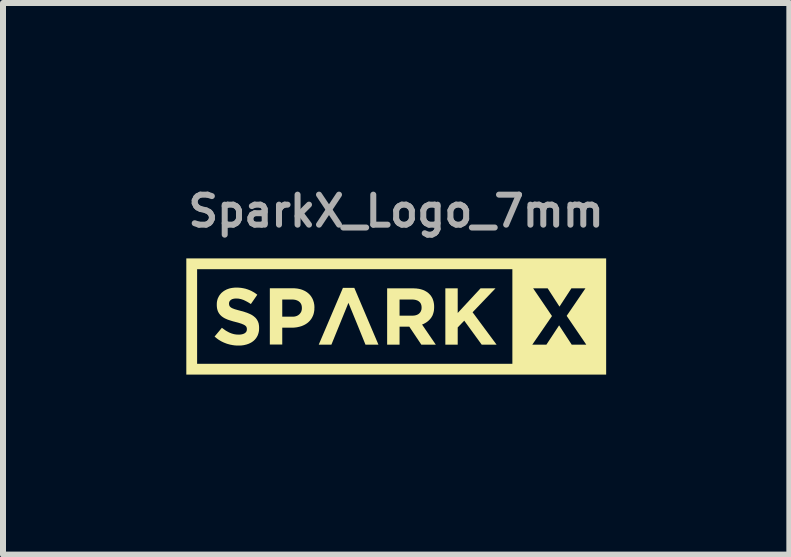
<source format=kicad_pcb>
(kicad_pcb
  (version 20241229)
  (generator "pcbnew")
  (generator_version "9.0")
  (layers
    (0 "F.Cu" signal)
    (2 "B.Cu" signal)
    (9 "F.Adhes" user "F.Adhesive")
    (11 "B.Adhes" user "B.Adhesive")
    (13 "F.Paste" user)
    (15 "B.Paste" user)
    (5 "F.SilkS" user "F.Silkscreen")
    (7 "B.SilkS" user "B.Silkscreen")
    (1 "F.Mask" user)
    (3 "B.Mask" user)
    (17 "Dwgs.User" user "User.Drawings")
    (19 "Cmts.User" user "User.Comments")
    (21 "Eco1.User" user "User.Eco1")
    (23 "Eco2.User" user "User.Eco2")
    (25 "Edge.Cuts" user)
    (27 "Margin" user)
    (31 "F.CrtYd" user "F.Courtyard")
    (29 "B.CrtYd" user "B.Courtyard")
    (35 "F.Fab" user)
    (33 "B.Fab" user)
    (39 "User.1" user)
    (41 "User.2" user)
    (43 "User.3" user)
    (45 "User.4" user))
  (footprint "SparkX_Logo_7mm"
    (layer "F.Cu")
    (at 3.552 2.218)
    (property "Reference" "SparkX_Logo_7mm" (at 0 -1.75 0) (layer "F.Fab") (effects (font (size 0.5 0.5) (thickness 0.1))))
    (attr board_only exclude_from_pos_files exclude_from_bom)
    (fp_poly (pts (xy -0.295 0.476) (xy -0.511 0.476) (xy -0.65 0.133) (xy -0.795 -0.221) (xy -1.079 0.476) (xy -1.29 0.476) (xy -0.887 -0.47) (xy -0.697 -0.47)) (stroke (width 0) (type solid)) (fill yes) (layer "F.SilkS"))
    (fp_poly (pts (xy 1.026 -0.052) (xy 1.407 -0.463) (xy 1.656 -0.463) (xy 1.274 -0.064) (xy 1.674 0.476) (xy 1.426 0.476) (xy 1.135 0.076) (xy 1.026 0.189) (xy 1.026 0.476) (xy 0.82 0.476) (xy 0.82 -0.463) (xy 1.026 -0.463)) (stroke (width 0) (type solid)) (fill yes) (layer "F.SilkS"))
    (fp_poly (pts (xy 3.5 0.975) (xy -3.497 0.975) (xy -3.497 -0.782) (xy -3.317 -0.782) (xy -3.317 0.795) (xy 1.937 0.795) (xy 1.937 0.476) (xy 2.269 0.476) (xy 2.504 0.476) (xy 2.716 0.154) (xy 2.926 0.476) (xy 3.169 0.476) (xy 2.842 -0.004) (xy 3.155 -0.463) (xy 2.921 -0.463) (xy 2.722 -0.158) (xy 2.525 -0.463) (xy 2.283 -0.463) (xy 2.597 -0.001) (xy 2.269 0.476) (xy 1.937 0.476) (xy 1.937 -0.782) (xy -3.317 -0.782) (xy -3.497 -0.782) (xy -3.497 -0.962) (xy 3.5 -0.962)) (stroke (width 0) (type solid)) (fill yes) (layer "F.SilkS"))
    (fp_poly (pts (xy 0.3 -0.462) (xy 0.32 -0.461) (xy 0.339 -0.46) (xy 0.358 -0.457) (xy 0.377 -0.455) (xy 0.395 -0.451) (xy 0.412 -0.447) (xy 0.428 -0.442) (xy 0.444 -0.437) (xy 0.46 -0.431) (xy 0.475 -0.424) (xy 0.489 -0.416) (xy 0.503 -0.408) (xy 0.516 -0.4) (xy 0.528 -0.391) (xy 0.54 -0.381) (xy 0.551 -0.37) (xy 0.562 -0.359) (xy 0.572 -0.348) (xy 0.581 -0.336) (xy 0.589 -0.323) (xy 0.597 -0.31) (xy 0.604 -0.297) (xy 0.61 -0.283) (xy 0.615 -0.268) (xy 0.62 -0.253) (xy 0.624 -0.238) (xy 0.627 -0.222) (xy 0.63 -0.205) (xy 0.632 -0.188) (xy 0.633 -0.171) (xy 0.633 -0.153) (xy 0.633 -0.15) (xy 0.633 -0.136) (xy 0.632 -0.122) (xy 0.631 -0.109) (xy 0.63 -0.096) (xy 0.628 -0.083) (xy 0.625 -0.07) (xy 0.622 -0.058) (xy 0.619 -0.047) (xy 0.615 -0.035) (xy 0.611 -0.024) (xy 0.607 -0.013) (xy 0.602 -0.003) (xy 0.596 0.007) (xy 0.59 0.017) (xy 0.584 0.027) (xy 0.577 0.036) (xy 0.57 0.044) (xy 0.563 0.053) (xy 0.555 0.061) (xy 0.547 0.069) (xy 0.539 0.077) (xy 0.531 0.084) (xy 0.522 0.091) (xy 0.513 0.098) (xy 0.504 0.104) (xy 0.494 0.11) (xy 0.485 0.116) (xy 0.475 0.121) (xy 0.464 0.127) (xy 0.454 0.132) (xy 0.443 0.136) (xy 0.432 0.141) (xy 0.661 0.476) (xy 0.42 0.476) (xy 0.219 0.176) (xy 0.057 0.176) (xy 0.057 0.476) (xy -0.15 0.476) (xy -0.15 -0.276) (xy 0.057 -0.276) (xy 0.057 -0.007) (xy 0.266 -0.007) (xy 0.275 -0.007) (xy 0.284 -0.008) (xy 0.293 -0.008) (xy 0.302 -0.009) (xy 0.31 -0.011) (xy 0.318 -0.012) (xy 0.326 -0.014) (xy 0.334 -0.016) (xy 0.341 -0.019) (xy 0.348 -0.021) (xy 0.354 -0.024) (xy 0.361 -0.028) (xy 0.367 -0.031) (xy 0.373 -0.035) (xy 0.378 -0.039) (xy 0.383 -0.043) (xy 0.388 -0.048) (xy 0.393 -0.053) (xy 0.397 -0.058) (xy 0.401 -0.063) (xy 0.405 -0.069) (xy 0.408 -0.074) (xy 0.411 -0.08) (xy 0.414 -0.086) (xy 0.416 -0.092) (xy 0.418 -0.098) (xy 0.42 -0.105) (xy 0.422 -0.111) (xy 0.423 -0.118) (xy 0.423 -0.125) (xy 0.424 -0.133) (xy 0.424 -0.14) (xy 0.424 -0.142) (xy 0.424 -0.15) (xy 0.423 -0.158) (xy 0.423 -0.166) (xy 0.421 -0.174) (xy 0.42 -0.181) (xy 0.418 -0.188) (xy 0.416 -0.194) (xy 0.413 -0.201) (xy 0.411 -0.207) (xy 0.407 -0.213) (xy 0.404 -0.219) (xy 0.4 -0.224) (xy 0.396 -0.229) (xy 0.391 -0.234) (xy 0.387 -0.238) (xy 0.381 -0.243) (xy 0.376 -0.247) (xy 0.37 -0.251) (xy 0.364 -0.254) (xy 0.358 -0.258) (xy 0.351 -0.261) (xy 0.344 -0.263) (xy 0.337 -0.266) (xy 0.33 -0.268) (xy 0.322 -0.27) (xy 0.314 -0.272) (xy 0.306 -0.273) (xy 0.298 -0.274) (xy 0.289 -0.275) (xy 0.28 -0.276) (xy 0.271 -0.276) (xy 0.262 -0.276) (xy 0.057 -0.276) (xy -0.15 -0.276) (xy -0.15 -0.463) (xy 0.279 -0.463)) (stroke (width 0) (type solid)) (fill yes) (layer "F.SilkS"))
    (fp_poly (pts (xy -1.711 -0.464) (xy -1.7 -0.464) (xy -1.69 -0.463) (xy -1.68 -0.462) (xy -1.67 -0.462) (xy -1.66 -0.46) (xy -1.651 -0.459) (xy -1.641 -0.458) (xy -1.632 -0.456) (xy -1.622 -0.454) (xy -1.613 -0.452) (xy -1.604 -0.45) (xy -1.596 -0.448) (xy -1.587 -0.446) (xy -1.579 -0.443) (xy -1.57 -0.44) (xy -1.562 -0.437) (xy -1.554 -0.434) (xy -1.546 -0.43) (xy -1.538 -0.427) (xy -1.531 -0.423) (xy -1.523 -0.42) (xy -1.516 -0.416) (xy -1.509 -0.412) (xy -1.502 -0.407) (xy -1.495 -0.403) (xy -1.488 -0.399) (xy -1.482 -0.394) (xy -1.476 -0.389) (xy -1.469 -0.384) (xy -1.463 -0.379) (xy -1.458 -0.374) (xy -1.452 -0.368) (xy -1.446 -0.363) (xy -1.441 -0.357) (xy -1.435 -0.351) (xy -1.43 -0.345) (xy -1.426 -0.339) (xy -1.421 -0.333) (xy -1.416 -0.326) (xy -1.412 -0.32) (xy -1.408 -0.313) (xy -1.404 -0.307) (xy -1.4 -0.3) (xy -1.396 -0.293) (xy -1.393 -0.285) (xy -1.389 -0.278) (xy -1.386 -0.271) (xy -1.383 -0.263) (xy -1.381 -0.256) (xy -1.378 -0.248) (xy -1.376 -0.24) (xy -1.373 -0.232) (xy -1.371 -0.224) (xy -1.37 -0.216) (xy -1.368 -0.208) (xy -1.366 -0.2) (xy -1.365 -0.191) (xy -1.364 -0.183) (xy -1.363 -0.174) (xy -1.363 -0.165) (xy -1.362 -0.156) (xy -1.362 -0.148) (xy -1.362 -0.139) (xy -1.362 -0.136) (xy -1.362 -0.137) (xy -1.363 -0.127) (xy -1.363 -0.117) (xy -1.363 -0.107) (xy -1.364 -0.098) (xy -1.365 -0.088) (xy -1.367 -0.079) (xy -1.368 -0.069) (xy -1.37 -0.06) (xy -1.372 -0.052) (xy -1.374 -0.043) (xy -1.376 -0.034) (xy -1.379 -0.026) (xy -1.382 -0.018) (xy -1.385 -0.009) (xy -1.388 -0.002) (xy -1.392 0.006) (xy -1.396 0.014) (xy -1.399 0.021) (xy -1.404 0.029) (xy -1.408 0.036) (xy -1.412 0.043) (xy -1.417 0.05) (xy -1.422 0.057) (xy -1.427 0.063) (xy -1.432 0.069) (xy -1.437 0.076) (xy -1.443 0.082) (xy -1.449 0.088) (xy -1.454 0.093) (xy -1.46 0.099) (xy -1.467 0.105) (xy -1.473 0.11) (xy -1.479 0.115) (xy -1.486 0.12) (xy -1.493 0.125) (xy -1.5 0.129) (xy -1.507 0.134) (xy -1.514 0.138) (xy -1.521 0.142) (xy -1.529 0.146) (xy -1.536 0.15) (xy -1.544 0.153) (xy -1.552 0.157) (xy -1.56 0.16) (xy -1.568 0.164) (xy -1.576 0.167) (xy -1.585 0.169) (xy -1.593 0.172) (xy -1.611 0.177) (xy -1.629 0.181) (xy -1.647 0.185) (xy -1.665 0.188) (xy -1.684 0.19) (xy -1.703 0.192) (xy -1.722 0.193) (xy -1.742 0.193) (xy -1.898 0.193) (xy -1.898 0.474) (xy -2.105 0.474) (xy -2.105 -0.276) (xy -1.898 -0.276) (xy -1.898 0.01) (xy -1.734 0.01) (xy -1.724 0.01) (xy -1.715 0.01) (xy -1.706 0.009) (xy -1.697 0.008) (xy -1.689 0.007) (xy -1.681 0.005) (xy -1.673 0.003) (xy -1.665 0.000428) (xy -1.658 -0.002) (xy -1.651 -0.005) (xy -1.644 -0.009) (xy -1.637 -0.012) (xy -1.631 -0.016) (xy -1.625 -0.021) (xy -1.619 -0.025) (xy -1.614 -0.03) (xy -1.608 -0.035) (xy -1.604 -0.041) (xy -1.599 -0.046) (xy -1.595 -0.052) (xy -1.591 -0.058) (xy -1.587 -0.064) (xy -1.584 -0.07) (xy -1.581 -0.076) (xy -1.579 -0.083) (xy -1.577 -0.089) (xy -1.575 -0.096) (xy -1.574 -0.103) (xy -1.572 -0.11) (xy -1.572 -0.117) (xy -1.571 -0.124) (xy -1.571 -0.132) (xy -1.571 -0.134) (xy -1.571 -0.143) (xy -1.572 -0.151) (xy -1.572 -0.159) (xy -1.574 -0.167) (xy -1.575 -0.175) (xy -1.577 -0.182) (xy -1.579 -0.189) (xy -1.582 -0.196) (xy -1.585 -0.202) (xy -1.588 -0.208) (xy -1.592 -0.214) (xy -1.596 -0.22) (xy -1.6 -0.225) (xy -1.605 -0.231) (xy -1.61 -0.235) (xy -1.616 -0.24) (xy -1.621 -0.244) (xy -1.627 -0.249) (xy -1.633 -0.252) (xy -1.64 -0.256) (xy -1.647 -0.259) (xy -1.654 -0.262) (xy -1.661 -0.265) (xy -1.669 -0.267) (xy -1.676 -0.27) (xy -1.684 -0.271) (xy -1.693 -0.273) (xy -1.701 -0.274) (xy -1.71 -0.275) (xy -1.719 -0.276) (xy -1.729 -0.276) (xy -1.738 -0.276) (xy -1.898 -0.276) (xy -2.105 -0.276) (xy -2.105 -0.464) (xy -1.721 -0.464)) (stroke (width 0) (type solid)) (fill yes) (layer "F.SilkS"))
    (fp_poly (pts (xy -2.65 -0.475) (xy -2.637 -0.475) (xy -2.624 -0.474) (xy -2.612 -0.473) (xy -2.6 -0.472) (xy -2.587 -0.471) (xy -2.575 -0.469) (xy -2.563 -0.467) (xy -2.552 -0.465) (xy -2.54 -0.463) (xy -2.528 -0.46) (xy -2.517 -0.458) (xy -2.506 -0.455) (xy -2.495 -0.451) (xy -2.484 -0.448) (xy -2.473 -0.444) (xy -2.462 -0.44) (xy -2.452 -0.436) (xy -2.441 -0.432) (xy -2.431 -0.427) (xy -2.42 -0.423) (xy -2.41 -0.418) (xy -2.4 -0.412) (xy -2.39 -0.407) (xy -2.38 -0.401) (xy -2.37 -0.396) (xy -2.361 -0.39) (xy -2.351 -0.383) (xy -2.342 -0.377) (xy -2.332 -0.37) (xy -2.323 -0.363) (xy -2.314 -0.356) (xy -2.421 -0.201) (xy -2.437 -0.211) (xy -2.452 -0.221) (xy -2.468 -0.23) (xy -2.483 -0.239) (xy -2.499 -0.247) (xy -2.514 -0.255) (xy -2.529 -0.262) (xy -2.544 -0.269) (xy -2.552 -0.272) (xy -2.559 -0.274) (xy -2.567 -0.277) (xy -2.574 -0.279) (xy -2.582 -0.282) (xy -2.589 -0.284) (xy -2.597 -0.285) (xy -2.604 -0.287) (xy -2.612 -0.288) (xy -2.619 -0.29) (xy -2.627 -0.291) (xy -2.635 -0.292) (xy -2.642 -0.292) (xy -2.65 -0.293) (xy -2.657 -0.293) (xy -2.665 -0.293) (xy -2.672 -0.293) (xy -2.679 -0.293) (xy -2.686 -0.292) (xy -2.693 -0.292) (xy -2.699 -0.291) (xy -2.705 -0.29) (xy -2.711 -0.288) (xy -2.717 -0.287) (xy -2.723 -0.285) (xy -2.728 -0.284) (xy -2.733 -0.282) (xy -2.738 -0.28) (xy -2.742 -0.277) (xy -2.747 -0.275) (xy -2.751 -0.272) (xy -2.755 -0.269) (xy -2.759 -0.266) (xy -2.762 -0.263) (xy -2.765 -0.26) (xy -2.768 -0.257) (xy -2.771 -0.254) (xy -2.773 -0.25) (xy -2.776 -0.247) (xy -2.777 -0.243) (xy -2.779 -0.24) (xy -2.781 -0.236) (xy -2.782 -0.232) (xy -2.783 -0.228) (xy -2.784 -0.224) (xy -2.784 -0.22) (xy -2.785 -0.216) (xy -2.785 -0.211) (xy -2.785 -0.209) (xy -2.785 -0.206) (xy -2.785 -0.203) (xy -2.785 -0.2) (xy -2.784 -0.197) (xy -2.784 -0.195) (xy -2.784 -0.192) (xy -2.783 -0.19) (xy -2.783 -0.187) (xy -2.782 -0.185) (xy -2.782 -0.182) (xy -2.781 -0.18) (xy -2.78 -0.177) (xy -2.779 -0.175) (xy -2.778 -0.173) (xy -2.778 -0.171) (xy -2.777 -0.169) (xy -2.775 -0.167) (xy -2.774 -0.165) (xy -2.773 -0.162) (xy -2.771 -0.16) (xy -2.77 -0.159) (xy -2.768 -0.157) (xy -2.766 -0.155) (xy -2.764 -0.153) (xy -2.762 -0.151) (xy -2.76 -0.149) (xy -2.758 -0.147) (xy -2.756 -0.146) (xy -2.753 -0.144) (xy -2.751 -0.142) (xy -2.748 -0.14) (xy -2.745 -0.139) (xy -2.739 -0.135) (xy -2.733 -0.132) (xy -2.726 -0.129) (xy -2.718 -0.126) (xy -2.71 -0.123) (xy -2.702 -0.119) (xy -2.692 -0.116) (xy -2.683 -0.113) (xy -2.638 -0.1) (xy -2.611 -0.093) (xy -2.583 -0.085) (xy -2.565 -0.081) (xy -2.548 -0.076) (xy -2.531 -0.071) (xy -2.515 -0.065) (xy -2.499 -0.06) (xy -2.484 -0.055) (xy -2.47 -0.049) (xy -2.455 -0.043) (xy -2.448 -0.04) (xy -2.442 -0.037) (xy -2.435 -0.034) (xy -2.429 -0.031) (xy -2.422 -0.028) (xy -2.416 -0.025) (xy -2.41 -0.021) (xy -2.404 -0.018) (xy -2.398 -0.014) (xy -2.393 -0.011) (xy -2.387 -0.007) (xy -2.382 -0.003) (xy -2.376 0.001) (xy -2.371 0.005) (xy -2.366 0.009) (xy -2.362 0.013) (xy -2.357 0.017) (xy -2.352 0.021) (xy -2.348 0.025) (xy -2.343 0.03) (xy -2.339 0.034) (xy -2.335 0.039) (xy -2.332 0.043) (xy -2.328 0.048) (xy -2.324 0.053) (xy -2.321 0.058) (xy -2.318 0.063) (xy -2.315 0.068) (xy -2.312 0.073) (xy -2.309 0.079) (xy -2.306 0.084) (xy -2.304 0.09) (xy -2.301 0.095) (xy -2.299 0.101) (xy -2.297 0.107) (xy -2.295 0.113) (xy -2.293 0.119) (xy -2.291 0.125) (xy -2.29 0.131) (xy -2.289 0.138) (xy -2.288 0.145) (xy -2.287 0.151) (xy -2.286 0.158) (xy -2.285 0.165) (xy -2.285 0.173) (xy -2.284 0.18) (xy -2.284 0.195) (xy -2.284 0.201) (xy -2.284 0.209) (xy -2.284 0.218) (xy -2.285 0.226) (xy -2.285 0.235) (xy -2.286 0.243) (xy -2.287 0.251) (xy -2.289 0.259) (xy -2.29 0.266) (xy -2.292 0.274) (xy -2.294 0.282) (xy -2.296 0.289) (xy -2.298 0.296) (xy -2.301 0.304) (xy -2.303 0.311) (xy -2.306 0.318) (xy -2.309 0.325) (xy -2.312 0.331) (xy -2.316 0.338) (xy -2.319 0.344) (xy -2.323 0.35) (xy -2.327 0.357) (xy -2.331 0.363) (xy -2.335 0.369) (xy -2.339 0.374) (xy -2.344 0.38) (xy -2.349 0.385) (xy -2.353 0.391) (xy -2.358 0.396) (xy -2.364 0.401) (xy -2.369 0.406) (xy -2.374 0.411) (xy -2.38 0.416) (xy -2.386 0.42) (xy -2.392 0.425) (xy -2.398 0.429) (xy -2.404 0.433) (xy -2.41 0.437) (xy -2.417 0.441) (xy -2.423 0.444) (xy -2.43 0.448) (xy -2.437 0.451) (xy -2.444 0.455) (xy -2.451 0.458) (xy -2.458 0.461) (xy -2.465 0.464) (xy -2.473 0.466) (xy -2.48 0.469) (xy -2.488 0.472) (xy -2.504 0.476) (xy -2.521 0.48) (xy -2.537 0.484) (xy -2.554 0.486) (xy -2.572 0.489) (xy -2.59 0.49) (xy -2.609 0.491) (xy -2.627 0.491) (xy -2.641 0.491) (xy -2.654 0.491) (xy -2.668 0.49) (xy -2.681 0.489) (xy -2.694 0.488) (xy -2.707 0.486) (xy -2.721 0.484) (xy -2.734 0.482) (xy -2.747 0.479) (xy -2.76 0.477) (xy -2.773 0.474) (xy -2.786 0.47) (xy -2.799 0.467) (xy -2.812 0.463) (xy -2.825 0.459) (xy -2.838 0.454) (xy -2.851 0.449) (xy -2.864 0.444) (xy -2.876 0.439) (xy -2.888 0.433) (xy -2.901 0.427) (xy -2.913 0.421) (xy -2.925 0.414) (xy -2.937 0.407) (xy -2.948 0.4) (xy -2.96 0.393) (xy -2.971 0.385) (xy -2.982 0.377) (xy -2.993 0.368) (xy -3.004 0.359) (xy -3.015 0.35) (xy -3.026 0.341) (xy -2.904 0.195) (xy -2.888 0.207) (xy -2.871 0.219) (xy -2.855 0.231) (xy -2.839 0.242) (xy -2.822 0.252) (xy -2.805 0.261) (xy -2.789 0.27) (xy -2.78 0.274) (xy -2.772 0.278) (xy -2.763 0.281) (xy -2.754 0.285) (xy -2.746 0.288) (xy -2.737 0.291) (xy -2.728 0.294) (xy -2.719 0.296) (xy -2.71 0.299) (xy -2.701 0.301) (xy -2.691 0.303) (xy -2.682 0.304) (xy -2.672 0.306) (xy -2.663 0.307) (xy -2.653 0.307) (xy -2.643 0.308) (xy -2.633 0.308) (xy -2.623 0.309) (xy -2.615 0.308) (xy -2.608 0.308) (xy -2.6 0.308) (xy -2.593 0.307) (xy -2.586 0.306) (xy -2.579 0.305) (xy -2.572 0.304) (xy -2.566 0.302) (xy -2.56 0.301) (xy -2.554 0.299) (xy -2.548 0.297) (xy -2.543 0.295) (xy -2.538 0.293) (xy -2.533 0.29) (xy -2.528 0.288) (xy -2.523 0.285) (xy -2.519 0.282) (xy -2.515 0.279) (xy -2.511 0.275) (xy -2.508 0.272) (xy -2.504 0.269) (xy -2.501 0.265) (xy -2.499 0.261) (xy -2.496 0.257) (xy -2.494 0.253) (xy -2.493 0.249) (xy -2.491 0.244) (xy -2.49 0.24) (xy -2.489 0.235) (xy -2.488 0.23) (xy -2.488 0.225) (xy -2.488 0.22) (xy -2.488 0.217) (xy -2.488 0.214) (xy -2.488 0.212) (xy -2.488 0.21) (xy -2.488 0.207) (xy -2.488 0.205) (xy -2.489 0.203) (xy -2.489 0.2) (xy -2.49 0.198) (xy -2.49 0.196) (xy -2.491 0.194) (xy -2.491 0.191) (xy -2.492 0.189) (xy -2.493 0.187) (xy -2.494 0.185) (xy -2.494 0.183) (xy -2.495 0.181) (xy -2.496 0.179) (xy -2.497 0.178) (xy -2.498 0.176) (xy -2.5 0.174) (xy -2.501 0.172) (xy -2.503 0.17) (xy -2.504 0.168) (xy -2.506 0.167) (xy -2.508 0.165) (xy -2.51 0.163) (xy -2.512 0.161) (xy -2.514 0.159) (xy -2.516 0.158) (xy -2.518 0.156) (xy -2.521 0.154) (xy -2.523 0.153) (xy -2.529 0.149) (xy -2.535 0.146) (xy -2.541 0.143) (xy -2.548 0.139) (xy -2.556 0.136) (xy -2.564 0.133) (xy -2.572 0.129) (xy -2.581 0.126) (xy -2.591 0.123) (xy -2.601 0.119) (xy -2.612 0.116) (xy -2.624 0.112) (xy -2.649 0.105) (xy -2.677 0.098) (xy -2.695 0.093) (xy -2.712 0.089) (xy -2.729 0.084) (xy -2.745 0.079) (xy -2.761 0.074) (xy -2.777 0.069) (xy -2.792 0.064) (xy -2.807 0.059) (xy -2.821 0.053) (xy -2.834 0.047) (xy -2.841 0.044) (xy -2.848 0.041) (xy -2.854 0.038) (xy -2.86 0.035) (xy -2.866 0.031) (xy -2.872 0.028) (xy -2.878 0.024) (xy -2.883 0.021) (xy -2.889 0.017) (xy -2.894 0.013) (xy -2.9 0.009) (xy -2.905 0.006) (xy -2.909 0.002) (xy -2.914 -0.003) (xy -2.919 -0.007) (xy -2.923 -0.011) (xy -2.928 -0.016) (xy -2.932 -0.02) (xy -2.936 -0.025) (xy -2.94 -0.03) (xy -2.944 -0.035) (xy -2.948 -0.04) (xy -2.951 -0.045) (xy -2.955 -0.05) (xy -2.958 -0.056) (xy -2.961 -0.061) (xy -2.964 -0.067) (xy -2.967 -0.073) (xy -2.97 -0.079) (xy -2.972 -0.085) (xy -2.974 -0.091) (xy -2.977 -0.098) (xy -2.979 -0.105) (xy -2.98 -0.111) (xy -2.982 -0.118) (xy -2.984 -0.126) (xy -2.985 -0.133) (xy -2.986 -0.141) (xy -2.987 -0.148) (xy -2.988 -0.156) (xy -2.988 -0.164) (xy -2.989 -0.173) (xy -2.989 -0.181) (xy -2.989 -0.19) (xy -2.989 -0.192) (xy -2.989 -0.201) (xy -2.989 -0.208) (xy -2.988 -0.216) (xy -2.988 -0.224) (xy -2.987 -0.232) (xy -2.986 -0.239) (xy -2.985 -0.247) (xy -2.983 -0.254) (xy -2.982 -0.261) (xy -2.98 -0.268) (xy -2.978 -0.275) (xy -2.976 -0.282) (xy -2.974 -0.289) (xy -2.971 -0.296) (xy -2.968 -0.302) (xy -2.965 -0.309) (xy -2.962 -0.315) (xy -2.959 -0.321) (xy -2.956 -0.327) (xy -2.952 -0.333) (xy -2.949 -0.339) (xy -2.945 -0.345) (xy -2.941 -0.351) (xy -2.937 -0.356) (xy -2.932 -0.362) (xy -2.928 -0.367) (xy -2.923 -0.373) (xy -2.919 -0.378) (xy -2.914 -0.383) (xy -2.909 -0.388) (xy -2.904 -0.393) (xy -2.898 -0.397) (xy -2.893 -0.402) (xy -2.887 -0.406) (xy -2.881 -0.411) (xy -2.876 -0.415) (xy -2.87 -0.419) (xy -2.863 -0.423) (xy -2.857 -0.427) (xy -2.851 -0.43) (xy -2.844 -0.434) (xy -2.837 -0.437) (xy -2.831 -0.441) (xy -2.824 -0.444) (xy -2.817 -0.447) (xy -2.809 -0.45) (xy -2.802 -0.452) (xy -2.795 -0.455) (xy -2.78 -0.46) (xy -2.764 -0.464) (xy -2.748 -0.467) (xy -2.732 -0.47) (xy -2.715 -0.472) (xy -2.698 -0.474) (xy -2.68 -0.475) (xy -2.662 -0.475)) (stroke (width 0) (type solid)) (fill yes) (layer "F.SilkS")))
  (gr_rect
    (start -3 -3)
    (end 10.105 6.193)
    (stroke (width 0.1) (type default))
    (fill no)
    (layer "Edge.Cuts")))
</source>
